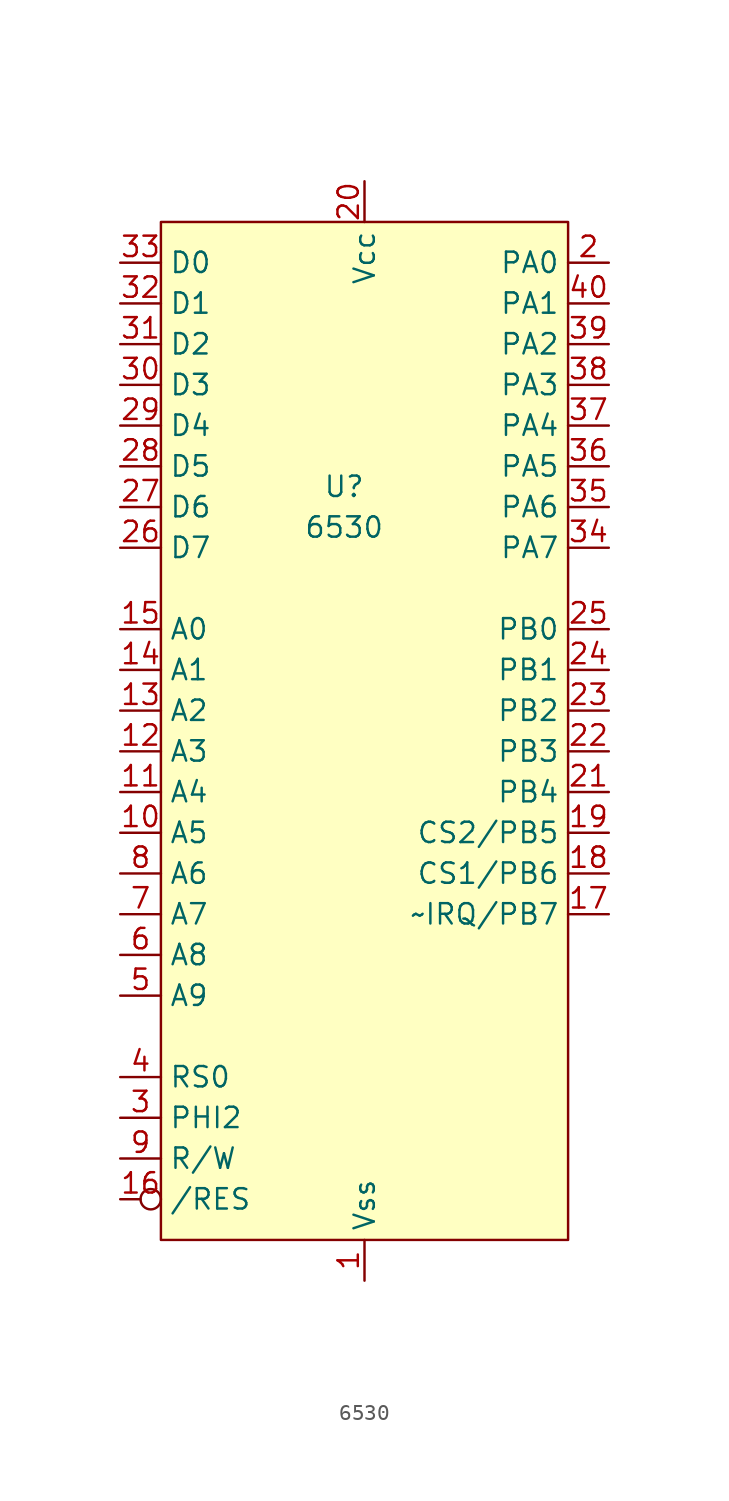
<source format=kicad_sym>
(kicad_symbol_lib
  (version 20211014)
  (generator kicad_symbol_editor)
  (symbol "6530"
    (property "Reference" "U"
      (at -1.27 13.97 0)
      (effects (font (size 1.27 1.27))))
    (property "Value" "6530"
      (at -1.27 11.43 0)
      (effects (font (size 1.27 1.27))))
    (symbol "6530_0_1"
      (rectangle (start -12.7 30.48) (end 12.7 -33.02) (stroke (width 0) (type default) (color 0 0 0 0)) (fill (type background))))
    (symbol "6530_1_1"
      (pin power_in line (at 0 -35.56 90) (length 2.54) (name "Vss" (effects (font (size 1.27 1.27)))) (number "1" (effects (font (size 1.27 1.27)))))
      (pin input line (at -15.24 -7.62 0) (length 2.54) (name "A5" (effects (font (size 1.27 1.27)))) (number "10" (effects (font (size 1.27 1.27)))))
      (pin input line (at -15.24 -5.08 0) (length 2.54) (name "A4" (effects (font (size 1.27 1.27)))) (number "11" (effects (font (size 1.27 1.27)))))
      (pin input line (at -15.24 -2.54 0) (length 2.54) (name "A3" (effects (font (size 1.27 1.27)))) (number "12" (effects (font (size 1.27 1.27)))))
      (pin input line (at -15.24 0 0) (length 2.54) (name "A2" (effects (font (size 1.27 1.27)))) (number "13" (effects (font (size 1.27 1.27)))))
      (pin input line (at -15.24 2.54 0) (length 2.54) (name "A1" (effects (font (size 1.27 1.27)))) (number "14" (effects (font (size 1.27 1.27)))))
      (pin input line (at -15.24 5.08 0) (length 2.54) (name "A0" (effects (font (size 1.27 1.27)))) (number "15" (effects (font (size 1.27 1.27)))))
      (pin input inverted (at -15.24 -30.48 0) (length 2.54) (name "/RES" (effects (font (size 1.27 1.27)))) (number "16" (effects (font (size 1.27 1.27)))))
      (pin bidirectional line (at 15.24 -12.7 180) (length 2.54) (name "~IRQ/PB7" (effects (font (size 1.27 1.27)))) (number "17" (effects (font (size 1.27 1.27)))))
      (pin bidirectional line (at 15.24 -10.16 180) (length 2.54) (name "CS1/PB6" (effects (font (size 1.27 1.27)))) (number "18" (effects (font (size 1.27 1.27)))))
      (pin bidirectional line (at 15.24 -7.62 180) (length 2.54) (name "CS2/PB5" (effects (font (size 1.27 1.27)))) (number "19" (effects (font (size 1.27 1.27)))))
      (pin bidirectional line (at 15.24 27.94 180) (length 2.54) (name "PA0" (effects (font (size 1.27 1.27)))) (number "2" (effects (font (size 1.27 1.27)))))
      (pin power_in line (at 0 33.02 270) (length 2.54) (name "Vcc" (effects (font (size 1.27 1.27)))) (number "20" (effects (font (size 1.27 1.27)))))
      (pin bidirectional line (at 15.24 -5.08 180) (length 2.54) (name "PB4" (effects (font (size 1.27 1.27)))) (number "21" (effects (font (size 1.27 1.27)))))
      (pin bidirectional line (at 15.24 -2.54 180) (length 2.54) (name "PB3" (effects (font (size 1.27 1.27)))) (number "22" (effects (font (size 1.27 1.27)))))
      (pin bidirectional line (at 15.24 0 180) (length 2.54) (name "PB2" (effects (font (size 1.27 1.27)))) (number "23" (effects (font (size 1.27 1.27)))))
      (pin bidirectional line (at 15.24 2.54 180) (length 2.54) (name "PB1" (effects (font (size 1.27 1.27)))) (number "24" (effects (font (size 1.27 1.27)))))
      (pin bidirectional line (at 15.24 5.08 180) (length 2.54) (name "PB0" (effects (font (size 1.27 1.27)))) (number "25" (effects (font (size 1.27 1.27)))))
      (pin bidirectional line (at -15.24 10.16 0) (length 2.54) (name "D7" (effects (font (size 1.27 1.27)))) (number "26" (effects (font (size 1.27 1.27)))))
      (pin bidirectional line (at -15.24 12.7 0) (length 2.54) (name "D6" (effects (font (size 1.27 1.27)))) (number "27" (effects (font (size 1.27 1.27)))))
      (pin bidirectional line (at -15.24 15.24 0) (length 2.54) (name "D5" (effects (font (size 1.27 1.27)))) (number "28" (effects (font (size 1.27 1.27)))))
      (pin bidirectional line (at -15.24 17.78 0) (length 2.54) (name "D4" (effects (font (size 1.27 1.27)))) (number "29" (effects (font (size 1.27 1.27)))))
      (pin input line (at -15.24 -25.4 0) (length 2.54) (name "PHI2" (effects (font (size 1.27 1.27)))) (number "3" (effects (font (size 1.27 1.27)))))
      (pin bidirectional line (at -15.24 20.32 0) (length 2.54) (name "D3" (effects (font (size 1.27 1.27)))) (number "30" (effects (font (size 1.27 1.27)))))
      (pin bidirectional line (at -15.24 22.86 0) (length 2.54) (name "D2" (effects (font (size 1.27 1.27)))) (number "31" (effects (font (size 1.27 1.27)))))
      (pin bidirectional line (at -15.24 25.4 0) (length 2.54) (name "D1" (effects (font (size 1.27 1.27)))) (number "32" (effects (font (size 1.27 1.27)))))
      (pin bidirectional line (at -15.24 27.94 0) (length 2.54) (name "D0" (effects (font (size 1.27 1.27)))) (number "33" (effects (font (size 1.27 1.27)))))
      (pin bidirectional line (at 15.24 10.16 180) (length 2.54) (name "PA7" (effects (font (size 1.27 1.27)))) (number "34" (effects (font (size 1.27 1.27)))))
      (pin bidirectional line (at 15.24 12.7 180) (length 2.54) (name "PA6" (effects (font (size 1.27 1.27)))) (number "35" (effects (font (size 1.27 1.27)))))
      (pin bidirectional line (at 15.24 15.24 180) (length 2.54) (name "PA5" (effects (font (size 1.27 1.27)))) (number "36" (effects (font (size 1.27 1.27)))))
      (pin bidirectional line (at 15.24 17.78 180) (length 2.54) (name "PA4" (effects (font (size 1.27 1.27)))) (number "37" (effects (font (size 1.27 1.27)))))
      (pin bidirectional line (at 15.24 20.32 180) (length 2.54) (name "PA3" (effects (font (size 1.27 1.27)))) (number "38" (effects (font (size 1.27 1.27)))))
      (pin bidirectional line (at 15.24 22.86 180) (length 2.54) (name "PA2" (effects (font (size 1.27 1.27)))) (number "39" (effects (font (size 1.27 1.27)))))
      (pin input line (at -15.24 -22.86 0) (length 2.54) (name "RS0" (effects (font (size 1.27 1.27)))) (number "4" (effects (font (size 1.27 1.27)))))
      (pin bidirectional line (at 15.24 25.4 180) (length 2.54) (name "PA1" (effects (font (size 1.27 1.27)))) (number "40" (effects (font (size 1.27 1.27)))))
      (pin input line (at -15.24 -17.78 0) (length 2.54) (name "A9" (effects (font (size 1.27 1.27)))) (number "5" (effects (font (size 1.27 1.27)))))
      (pin input line (at -15.24 -15.24 0) (length 2.54) (name "A8" (effects (font (size 1.27 1.27)))) (number "6" (effects (font (size 1.27 1.27)))))
      (pin input line (at -15.24 -12.7 0) (length 2.54) (name "A7" (effects (font (size 1.27 1.27)))) (number "7" (effects (font (size 1.27 1.27)))))
      (pin input line (at -15.24 -10.16 0) (length 2.54) (name "A6" (effects (font (size 1.27 1.27)))) (number "8" (effects (font (size 1.27 1.27)))))
      (pin input line (at -15.24 -27.94 0) (length 2.54) (name "R/W" (effects (font (size 1.27 1.27)))) (number "9" (effects (font (size 1.27 1.27))))))))
</source>
